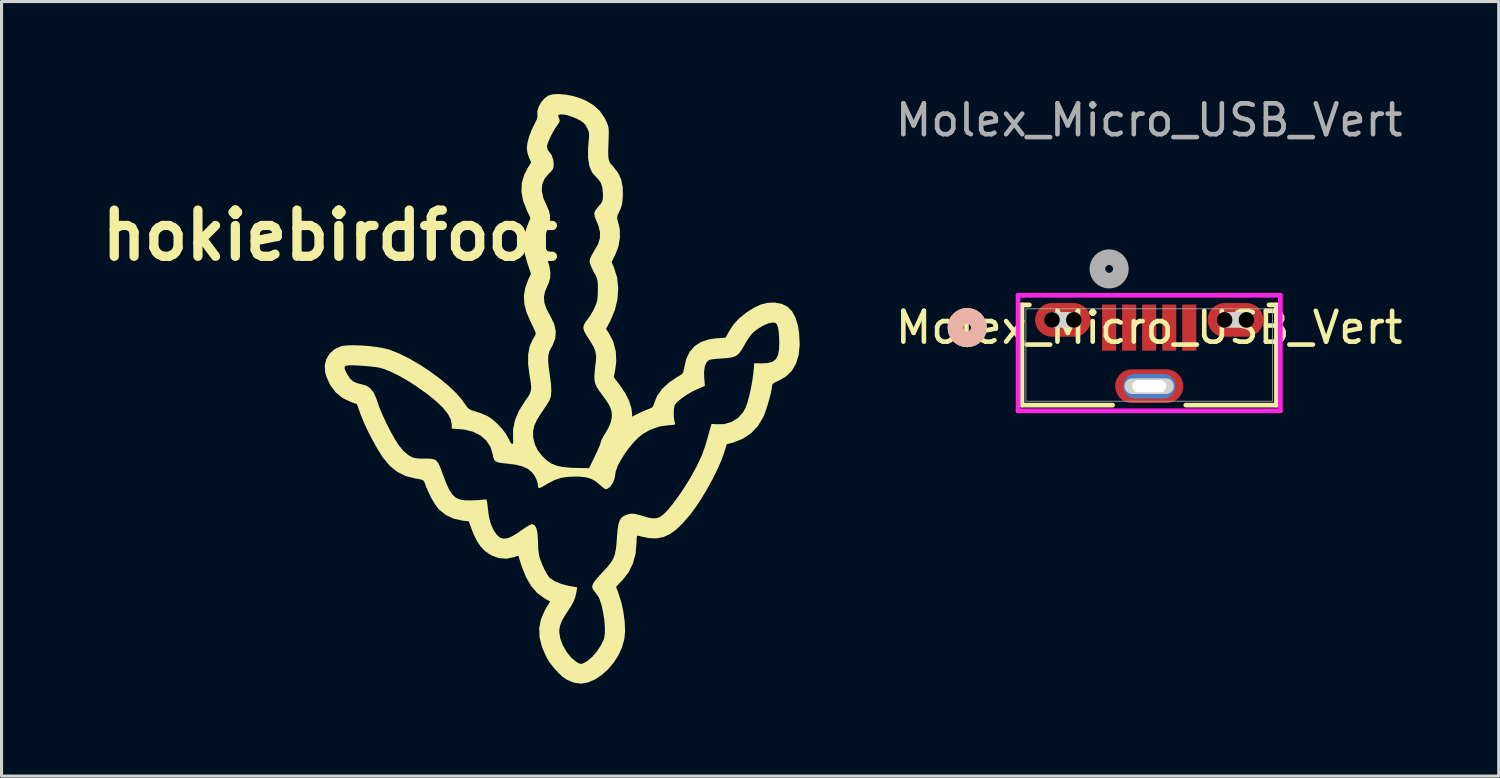
<source format=kicad_pcb>
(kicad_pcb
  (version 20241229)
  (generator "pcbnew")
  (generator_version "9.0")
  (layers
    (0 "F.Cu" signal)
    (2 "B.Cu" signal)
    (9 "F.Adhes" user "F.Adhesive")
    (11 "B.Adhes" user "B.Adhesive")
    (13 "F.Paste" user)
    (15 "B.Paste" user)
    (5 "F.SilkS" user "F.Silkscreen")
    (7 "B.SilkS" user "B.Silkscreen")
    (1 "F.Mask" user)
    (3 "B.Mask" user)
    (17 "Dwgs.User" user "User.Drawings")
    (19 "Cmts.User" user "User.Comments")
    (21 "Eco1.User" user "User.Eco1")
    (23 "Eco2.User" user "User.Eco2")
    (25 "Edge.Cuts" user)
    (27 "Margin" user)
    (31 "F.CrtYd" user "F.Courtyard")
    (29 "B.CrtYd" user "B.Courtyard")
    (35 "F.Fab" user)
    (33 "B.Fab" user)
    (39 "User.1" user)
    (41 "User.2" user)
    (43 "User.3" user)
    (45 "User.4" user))
  (footprint "Molex_Micro_USB_Vert"
    (layer "F.Cu")
    (at 34.235 8.468)
    (property "Reference" "Molex_Micro_USB_Vert" (at 0 -0.889 0) (unlocked yes) (layer "F.SilkS") (effects (font (size 1 1) (thickness 0.15))))
    (attr smd)
    (fp_line (start -4.128 -1.626) (end -4.128 1.626) (stroke (width 0.152) (type solid)) (layer "F.SilkS"))
    (fp_line (start -4.128 1.626) (end -1.187 1.626) (stroke (width 0.152) (type solid)) (layer "F.SilkS"))
    (fp_line (start -3.887 -1.626) (end -4.128 -1.626) (stroke (width 0.152) (type solid)) (layer "F.SilkS"))
    (fp_line (start 1.187 1.626) (end 4.128 1.626) (stroke (width 0.152) (type solid)) (layer "F.SilkS"))
    (fp_line (start 4.128 -1.626) (end 3.887 -1.626) (stroke (width 0.152) (type solid)) (layer "F.SilkS"))
    (fp_line (start 4.128 1.626) (end 4.128 -1.626) (stroke (width 0.152) (type solid)) (layer "F.SilkS"))
    (fp_circle (center -5.905 -0.889) (end -5.524 -0.889) (stroke (width 0.508) (type solid)) (fill no) (layer "F.SilkS"))
    (fp_circle (center -5.905 -0.889) (end -5.524 -0.889) (stroke (width 0.508) (type solid)) (fill no) (layer "B.SilkS"))
    (fp_line (start -3.156 -1.139) (end -2.444 -1.139) (stroke (width 0.508) (type solid)) (layer "Edge.Cuts"))
    (fp_line (start -0.546 1.011) (end 0.546 1.011) (stroke (width 0.508) (type solid)) (layer "Edge.Cuts"))
    (fp_line (start 2.444 -1.139) (end 3.156 -1.139) (stroke (width 0.508) (type solid)) (layer "Edge.Cuts"))
    (fp_line (start -4.255 -1.939) (end -4.255 1.811) (stroke (width 0.152) (type solid)) (layer "F.CrtYd"))
    (fp_line (start -4.255 1.811) (end 4.255 1.811) (stroke (width 0.152) (type solid)) (layer "F.CrtYd"))
    (fp_line (start 4.255 -1.939) (end -4.255 -1.939) (stroke (width 0.152) (type solid)) (layer "F.CrtYd"))
    (fp_line (start 4.255 1.811) (end 4.255 -1.939) (stroke (width 0.152) (type solid)) (layer "F.CrtYd"))
    (fp_line (start -4 -1.499) (end -4 1.499) (stroke (width 0.025) (type solid)) (layer "F.Fab"))
    (fp_line (start -4 1.499) (end 4 1.499) (stroke (width 0.025) (type solid)) (layer "F.Fab"))
    (fp_line (start 4 -1.499) (end -4 -1.499) (stroke (width 0.025) (type solid)) (layer "F.Fab"))
    (fp_line (start 4 1.499) (end 4 -1.499) (stroke (width 0.025) (type solid)) (layer "F.Fab"))
    (fp_circle (center -1.3 -2.794) (end -0.919 -2.794) (stroke (width 0.508) (type solid)) (fill no) (layer "F.Fab"))
    (fp_text user "${REFERENCE}" (at 0 -7.62 0) (unlocked yes) (layer "F.Fab") (effects (font (size 1 1) (thickness 0.15))))
    (pad "" np_thru_hole circle (at -3.156 -1.139) (size 0.508 0.508) (drill 0.508) (layers))
    (pad "" np_thru_hole circle (at -2.444 -1.139) (size 0.508 0.508) (drill 0.508) (layers))
    (pad "" np_thru_hole roundrect (at 0 1.011) (size 1.7 0.8) (drill oval 1.1 0.4) (layers "*.Cu" "*.Mask") (roundrect_rratio 0.492))
    (pad "" np_thru_hole circle (at 2.444 -1.139) (size 0.508 0.508) (drill 0.508) (layers))
    (pad "" np_thru_hole circle (at 3.156 -1.139) (size 0.508 0.508) (drill 0.508) (layers))
    (pad "1" smd rect (at -1.3 -0.889) (size 0.457 1.499) (layers "F.Cu" "F.Mask" "F.Paste"))
    (pad "2" smd rect (at -0.65 -0.889) (size 0.457 1.499) (layers "F.Cu" "F.Mask" "F.Paste"))
    (pad "3" smd rect (at 0 -0.889) (size 0.457 1.499) (layers "F.Cu" "F.Mask" "F.Paste"))
    (pad "4" smd rect (at 0.65 -0.889) (size 0.457 1.499) (layers "F.Cu" "F.Mask" "F.Paste"))
    (pad "5" smd rect (at 1.3 -0.889) (size 0.457 1.499) (layers "F.Cu" "F.Mask" "F.Paste"))
    (pad "6" smd oval (at -2.8 -1.139) (size 1.803 1.092) (layers "F.Cu" "F.Mask" "F.Paste"))
    (pad "7" smd oval (at 2.8 -1.139) (size 1.803 1.092) (layers "F.Cu" "F.Mask" "F.Paste"))
    (pad "8" smd oval (at 0 1.011) (size 2.21 1.092) (layers "F.Cu" "F.Mask" "F.Paste")))
  (footprint "hokiebirdfoot"
    (layer "F.Cu")
    (at 15.277 9.667)
    (property "Reference" "hokiebirdfoot" (at -7.62 -5.08 0) (layer "F.SilkS") (effects (font (size 1.5 1.5) (thickness 0.3))))
    (attr board_only exclude_from_pos_files exclude_from_bom)
    (fp_poly (pts (xy 0.019 -9.649) (xy 0.256 -9.603) (xy 0.491 -9.533) (xy 0.692 -9.447) (xy 0.942 -9.295) (xy 1.135 -9.116) (xy 1.285 -8.897) (xy 1.316 -8.838) (xy 1.37 -8.724) (xy 1.403 -8.634) (xy 1.42 -8.545) (xy 1.425 -8.433) (xy 1.421 -8.277) (xy 1.42 -8.233) (xy 1.411 -7.985) (xy 1.406 -7.798) (xy 1.408 -7.66) (xy 1.419 -7.56) (xy 1.44 -7.485) (xy 1.474 -7.423) (xy 1.522 -7.363) (xy 1.572 -7.309) (xy 1.729 -7.107) (xy 1.829 -6.887) (xy 1.877 -6.636) (xy 1.881 -6.377) (xy 1.869 -6.195) (xy 1.846 -6.059) (xy 1.808 -5.943) (xy 1.769 -5.861) (xy 1.714 -5.745) (xy 1.694 -5.665) (xy 1.702 -5.597) (xy 1.711 -5.57) (xy 1.78 -5.298) (xy 1.787 -5.006) (xy 1.735 -4.71) (xy 1.631 -4.443) (xy 1.516 -4.217) (xy 1.592 -4.041) (xy 1.693 -3.718) (xy 1.731 -3.372) (xy 1.707 -3.014) (xy 1.622 -2.656) (xy 1.478 -2.311) (xy 1.464 -2.286) (xy 1.336 -2.047) (xy 1.431 -1.902) (xy 1.575 -1.621) (xy 1.653 -1.31) (xy 1.667 -0.975) (xy 1.629 -0.688) (xy 1.586 -0.482) (xy 1.809 -0.186) (xy 1.966 0.052) (xy 2.085 0.292) (xy 2.158 0.519) (xy 2.18 0.695) (xy 2.18 0.8) (xy 2.389 0.696) (xy 2.524 0.632) (xy 2.656 0.576) (xy 2.73 0.549) (xy 2.82 0.509) (xy 2.87 0.449) (xy 2.902 0.353) (xy 2.995 0.123) (xy 3.155 -0.098) (xy 3.375 -0.304) (xy 3.647 -0.487) (xy 3.713 -0.524) (xy 3.798 -0.579) (xy 3.842 -0.645) (xy 3.865 -0.753) (xy 3.866 -0.76) (xy 3.933 -1.057) (xy 4.046 -1.299) (xy 4.208 -1.487) (xy 4.419 -1.623) (xy 4.683 -1.708) (xy 4.916 -1.74) (xy 5.214 -1.762) (xy 5.306 -1.932) (xy 5.462 -2.178) (xy 5.652 -2.386) (xy 5.893 -2.58) (xy 6.14 -2.736) (xy 6.361 -2.838) (xy 6.573 -2.891) (xy 6.79 -2.901) (xy 6.803 -2.9) (xy 7.033 -2.86) (xy 7.223 -2.766) (xy 7.373 -2.615) (xy 7.487 -2.406) (xy 7.565 -2.135) (xy 7.598 -1.926) (xy 7.619 -1.544) (xy 7.587 -1.209) (xy 7.502 -0.924) (xy 7.364 -0.687) (xy 7.173 -0.5) (xy 6.93 -0.363) (xy 6.93 -0.363) (xy 6.809 -0.307) (xy 6.745 -0.259) (xy 6.723 -0.208) (xy 6.722 -0.198) (xy 6.711 -0.099) (xy 6.68 0.05) (xy 6.634 0.228) (xy 6.58 0.417) (xy 6.522 0.597) (xy 6.466 0.751) (xy 6.436 0.819) (xy 6.266 1.102) (xy 6.044 1.337) (xy 5.778 1.516) (xy 5.475 1.636) (xy 5.475 1.636) (xy 5.252 1.697) (xy 5.175 1.948) (xy 5.084 2.203) (xy 4.955 2.498) (xy 4.797 2.816) (xy 4.621 3.139) (xy 4.434 3.452) (xy 4.246 3.737) (xy 4.077 3.966) (xy 3.84 4.243) (xy 3.621 4.457) (xy 3.411 4.61) (xy 3.201 4.706) (xy 2.981 4.749) (xy 2.744 4.743) (xy 2.481 4.691) (xy 2.389 4.665) (xy 2.354 4.663) (xy 2.334 4.695) (xy 2.327 4.774) (xy 2.326 4.86) (xy 2.297 5.232) (xy 2.21 5.563) (xy 2.064 5.857) (xy 1.868 6.105) (xy 1.662 6.321) (xy 1.739 6.531) (xy 1.832 6.829) (xy 1.9 7.145) (xy 1.941 7.459) (xy 1.953 7.75) (xy 1.932 7.999) (xy 1.93 8.012) (xy 1.854 8.287) (xy 1.734 8.548) (xy 1.578 8.79) (xy 1.393 9.006) (xy 1.188 9.188) (xy 0.971 9.33) (xy 0.749 9.424) (xy 0.532 9.463) (xy 0.327 9.44) (xy 0.309 9.434) (xy 0.185 9.388) (xy 0.069 9.337) (xy 0.055 9.33) (xy -0.069 9.244) (xy -0.212 9.113) (xy -0.357 8.953) (xy -0.489 8.785) (xy -0.59 8.624) (xy -0.595 8.614) (xy -0.742 8.279) (xy -0.821 7.963) (xy -0.832 7.661) (xy -0.774 7.367) (xy -0.647 7.076) (xy -0.584 6.968) (xy -0.477 6.8) (xy -0.666 6.693) (xy -0.893 6.527) (xy -1.089 6.302) (xy -1.258 6.015) (xy -1.4 5.662) (xy -1.439 5.541) (xy -1.473 5.427) (xy -1.498 5.345) (xy -1.508 5.316) (xy -1.54 5.322) (xy -1.618 5.347) (xy -1.655 5.36) (xy -1.896 5.409) (xy -2.142 5.39) (xy -2.379 5.305) (xy -2.579 5.171) (xy -2.727 5.022) (xy -2.85 4.844) (xy -2.959 4.62) (xy -3.018 4.471) (xy -3.117 4.197) (xy -3.336 4.172) (xy -3.608 4.11) (xy -3.858 3.993) (xy -4.067 3.831) (xy -4.107 3.788) (xy -4.213 3.645) (xy -4.326 3.455) (xy -4.431 3.245) (xy -4.517 3.038) (xy -4.537 2.979) (xy -4.562 2.913) (xy -4.594 2.872) (xy -4.653 2.845) (xy -4.754 2.823) (xy -4.85 2.808) (xy -5.162 2.728) (xy -5.435 2.594) (xy -5.677 2.4) (xy -5.894 2.14) (xy -5.936 2.079) (xy -6.088 1.834) (xy -6.244 1.555) (xy -6.394 1.263) (xy -6.524 0.983) (xy -6.624 0.737) (xy -6.629 0.722) (xy -6.747 0.392) (xy -6.933 0.33) (xy -7.205 0.201) (xy -7.433 0.016) (xy -7.612 -0.218) (xy -7.738 -0.498) (xy -7.777 -0.637) (xy -7.788 -0.809) (xy -7.147 -0.809) (xy -7.143 -0.747) (xy -7.103 -0.655) (xy -7.065 -0.584) (xy -6.971 -0.436) (xy -6.866 -0.341) (xy -6.727 -0.281) (xy -6.605 -0.253) (xy -6.439 -0.203) (xy -6.31 -0.116) (xy -6.206 0.017) (xy -6.12 0.207) (xy -6.08 0.325) (xy -6.008 0.528) (xy -5.905 0.771) (xy -5.781 1.034) (xy -5.647 1.296) (xy -5.511 1.537) (xy -5.401 1.712) (xy -5.237 1.916) (xy -5.07 2.053) (xy -4.98 2.105) (xy -4.9 2.137) (xy -4.81 2.154) (xy -4.686 2.161) (xy -4.552 2.162) (xy -4.399 2.163) (xy -4.287 2.174) (xy -4.204 2.204) (xy -4.139 2.262) (xy -4.082 2.359) (xy -4.021 2.505) (xy -3.947 2.706) (xy -3.845 2.973) (xy -3.749 3.177) (xy -3.652 3.325) (xy -3.543 3.426) (xy -3.414 3.487) (xy -3.256 3.515) (xy -3.058 3.519) (xy -2.981 3.516) (xy -2.824 3.508) (xy -2.692 3.498) (xy -2.603 3.489) (xy -2.581 3.485) (xy -2.551 3.492) (xy -2.53 3.54) (xy -2.513 3.64) (xy -2.503 3.743) (xy -2.468 4.024) (xy -2.412 4.252) (xy -2.331 4.446) (xy -2.304 4.495) (xy -2.207 4.637) (xy -2.104 4.726) (xy -1.989 4.761) (xy -1.853 4.743) (xy -1.689 4.671) (xy -1.488 4.545) (xy -1.376 4.465) (xy -1.255 4.382) (xy -1.148 4.32) (xy -1.074 4.289) (xy -1.063 4.288) (xy -0.983 4.322) (xy -0.924 4.425) (xy -0.887 4.595) (xy -0.872 4.831) (xy -0.872 4.878) (xy -0.863 5.125) (xy -0.833 5.32) (xy -0.804 5.419) (xy -0.732 5.605) (xy -0.652 5.78) (xy -0.571 5.925) (xy -0.5 6.023) (xy -0.485 6.037) (xy -0.329 6.14) (xy -0.122 6.227) (xy 0.115 6.288) (xy 0.144 6.294) (xy 0.4 6.338) (xy 0.379 6.466) (xy 0.339 6.649) (xy 0.28 6.807) (xy 0.188 6.97) (xy 0.13 7.058) (xy -0.002 7.259) (xy -0.093 7.42) (xy -0.148 7.556) (xy -0.176 7.682) (xy -0.182 7.784) (xy -0.152 7.99) (xy -0.07 8.211) (xy 0.051 8.426) (xy 0.201 8.614) (xy 0.367 8.754) (xy 0.382 8.763) (xy 0.465 8.809) (xy 0.532 8.823) (xy 0.603 8.802) (xy 0.703 8.742) (xy 0.748 8.712) (xy 0.89 8.591) (xy 1.032 8.426) (xy 1.157 8.241) (xy 1.249 8.061) (xy 1.275 7.985) (xy 1.297 7.827) (xy 1.297 7.622) (xy 1.278 7.389) (xy 1.241 7.15) (xy 1.191 6.925) (xy 1.129 6.734) (xy 1.1 6.668) (xy 1.035 6.562) (xy 0.954 6.462) (xy 0.954 6.461) (xy 0.903 6.393) (xy 0.885 6.324) (xy 0.903 6.245) (xy 0.962 6.145) (xy 1.067 6.017) (xy 1.221 5.849) (xy 1.234 5.836) (xy 1.383 5.674) (xy 1.492 5.537) (xy 1.569 5.406) (xy 1.622 5.265) (xy 1.655 5.096) (xy 1.678 4.884) (xy 1.69 4.706) (xy 1.71 4.467) (xy 1.739 4.29) (xy 1.78 4.164) (xy 1.838 4.078) (xy 1.914 4.023) (xy 2.04 3.969) (xy 2.154 3.947) (xy 2.281 3.957) (xy 2.444 3.998) (xy 2.496 4.015) (xy 2.692 4.072) (xy 2.838 4.099) (xy 2.953 4.098) (xy 3.052 4.069) (xy 3.086 4.053) (xy 3.203 3.968) (xy 3.348 3.82) (xy 3.518 3.611) (xy 3.712 3.345) (xy 3.82 3.186) (xy 4.067 2.794) (xy 4.275 2.416) (xy 4.44 2.063) (xy 4.556 1.744) (xy 4.567 1.708) (xy 4.615 1.54) (xy 4.662 1.373) (xy 4.7 1.239) (xy 4.706 1.216) (xy 4.758 1.033) (xy 4.91 1.048) (xy 5.175 1.041) (xy 5.414 0.97) (xy 5.619 0.841) (xy 5.782 0.658) (xy 5.852 0.534) (xy 5.914 0.371) (xy 5.975 0.154) (xy 6.032 -0.096) (xy 6.081 -0.361) (xy 6.116 -0.622) (xy 6.123 -0.693) (xy 6.145 -0.932) (xy 6.392 -0.929) (xy 6.592 -0.94) (xy 6.742 -0.983) (xy 6.847 -1.065) (xy 6.914 -1.195) (xy 6.948 -1.379) (xy 6.956 -1.617) (xy 6.95 -1.789) (xy 6.937 -1.95) (xy 6.919 -2.074) (xy 6.908 -2.117) (xy 6.871 -2.206) (xy 6.823 -2.244) (xy 6.739 -2.253) (xy 6.733 -2.253) (xy 6.609 -2.229) (xy 6.454 -2.163) (xy 6.287 -2.067) (xy 6.129 -1.949) (xy 6.114 -1.937) (xy 6.043 -1.857) (xy 5.954 -1.735) (xy 5.865 -1.593) (xy 5.839 -1.546) (xy 5.738 -1.37) (xy 5.648 -1.248) (xy 5.553 -1.17) (xy 5.433 -1.124) (xy 5.273 -1.1) (xy 5.112 -1.088) (xy 4.95 -1.077) (xy 4.811 -1.063) (xy 4.713 -1.048) (xy 4.681 -1.04) (xy 4.594 -0.961) (xy 4.538 -0.823) (xy 4.515 -0.634) (xy 4.52 -0.473) (xy 4.543 -0.195) (xy 4.341 -0.112) (xy 4.16 -0.026) (xy 3.98 0.076) (xy 3.815 0.186) (xy 3.68 0.294) (xy 3.589 0.388) (xy 3.563 0.431) (xy 3.54 0.535) (xy 3.532 0.679) (xy 3.538 0.832) (xy 3.558 0.964) (xy 3.574 1.017) (xy 3.575 1.048) (xy 3.536 1.066) (xy 3.444 1.075) (xy 3.37 1.078) (xy 3.074 1.119) (xy 2.775 1.224) (xy 2.53 1.361) (xy 2.381 1.481) (xy 2.225 1.641) (xy 2.07 1.828) (xy 1.926 2.03) (xy 1.801 2.232) (xy 1.705 2.422) (xy 1.648 2.585) (xy 1.635 2.677) (xy 1.613 2.812) (xy 1.557 2.95) (xy 1.478 3.066) (xy 1.396 3.133) (xy 1.337 3.152) (xy 1.283 3.138) (xy 1.213 3.084) (xy 1.171 3.044) (xy 1.016 2.912) (xy 0.863 2.823) (xy 0.693 2.771) (xy 0.485 2.748) (xy 0.345 2.745) (xy 0.087 2.754) (xy -0.127 2.788) (xy -0.326 2.855) (xy -0.536 2.962) (xy -0.599 2.999) (xy -0.729 3.075) (xy -0.81 3.113) (xy -0.853 3.114) (xy -0.87 3.081) (xy -0.872 3.039) (xy -0.898 2.899) (xy -0.968 2.745) (xy -1.066 2.608) (xy -1.069 2.605) (xy -1.201 2.496) (xy -1.374 2.416) (xy -1.599 2.36) (xy -1.86 2.327) (xy -2.046 2.308) (xy -2.172 2.285) (xy -2.252 2.249) (xy -2.299 2.191) (xy -2.327 2.104) (xy -2.341 2.025) (xy -2.414 1.784) (xy -2.547 1.579) (xy -2.734 1.415) (xy -2.97 1.294) (xy -3.249 1.223) (xy -3.384 1.208) (xy -3.67 1.189) (xy -3.67 1.065) (xy -3.7 0.899) (xy -3.791 0.719) (xy -3.945 0.524) (xy -4.163 0.312) (xy -4.446 0.081) (xy -4.797 -0.17) (xy -4.852 -0.207) (xy -5.131 -0.384) (xy -5.406 -0.538) (xy -5.664 -0.663) (xy -5.888 -0.751) (xy -5.988 -0.78) (xy -6.107 -0.802) (xy -6.277 -0.823) (xy -6.472 -0.842) (xy -6.659 -0.855) (xy -6.871 -0.864) (xy -7.019 -0.863) (xy -7.108 -0.846) (xy -7.147 -0.809) (xy -7.788 -0.809) (xy -7.792 -0.858) (xy -7.742 -1.063) (xy -7.634 -1.243) (xy -7.475 -1.385) (xy -7.274 -1.478) (xy -7.224 -1.491) (xy -7.063 -1.511) (xy -6.851 -1.517) (xy -6.606 -1.509) (xy -6.348 -1.489) (xy -6.096 -1.458) (xy -5.87 -1.418) (xy -5.688 -1.371) (xy -5.674 -1.366) (xy -5.365 -1.242) (xy -5.038 -1.078) (xy -4.704 -0.885) (xy -4.376 -0.669) (xy -4.064 -0.439) (xy -3.779 -0.204) (xy -3.534 0.029) (xy -3.341 0.251) (xy -3.26 0.366) (xy -3.184 0.478) (xy -3.118 0.546) (xy -3.036 0.59) (xy -2.91 0.629) (xy -2.901 0.632) (xy -2.745 0.683) (xy -2.586 0.747) (xy -2.496 0.791) (xy -2.349 0.891) (xy -2.192 1.031) (xy -2.041 1.192) (xy -1.916 1.354) (xy -1.833 1.499) (xy -1.831 1.503) (xy -1.771 1.629) (xy -1.722 1.689) (xy -1.689 1.682) (xy -1.677 1.608) (xy -1.681 1.518) (xy -1.681 1.27) (xy -1.032 1.27) (xy -1.029 1.45) (xy -1.018 1.525) (xy -0.967 1.716) (xy -0.888 1.88) (xy -0.764 2.044) (xy -0.716 2.097) (xy -0.581 2.225) (xy -0.437 2.322) (xy -0.27 2.39) (xy -0.068 2.434) (xy 0.182 2.459) (xy 0.439 2.467) (xy 0.786 2.471) (xy 0.975 2.08) (xy 1.049 1.923) (xy 1.109 1.786) (xy 1.149 1.684) (xy 1.163 1.633) (xy 1.181 1.573) (xy 1.229 1.477) (xy 1.277 1.397) (xy 1.405 1.178) (xy 1.485 0.996) (xy 1.521 0.837) (xy 1.525 0.771) (xy 1.516 0.645) (xy 1.483 0.525) (xy 1.419 0.395) (xy 1.316 0.239) (xy 1.224 0.113) (xy 1.117 -0.031) (xy 1.039 -0.149) (xy 0.989 -0.257) (xy 0.963 -0.37) (xy 0.957 -0.504) (xy 0.968 -0.675) (xy 0.993 -0.897) (xy 1.003 -0.97) (xy 1.014 -1.145) (xy 0.994 -1.298) (xy 0.938 -1.45) (xy 0.838 -1.625) (xy 0.802 -1.68) (xy 0.694 -1.849) (xy 0.626 -1.975) (xy 0.599 -2.075) (xy 0.613 -2.166) (xy 0.665 -2.263) (xy 0.756 -2.384) (xy 0.767 -2.398) (xy 0.838 -2.502) (xy 0.916 -2.639) (xy 0.968 -2.743) (xy 1.017 -2.862) (xy 1.048 -2.971) (xy 1.063 -3.094) (xy 1.069 -3.258) (xy 1.069 -3.307) (xy 1.069 -3.472) (xy 1.061 -3.588) (xy 1.04 -3.68) (xy 1.002 -3.773) (xy 0.939 -3.891) (xy 0.935 -3.898) (xy 0.869 -4.031) (xy 0.821 -4.152) (xy 0.8 -4.239) (xy 0.799 -4.245) (xy 0.82 -4.327) (xy 0.875 -4.446) (xy 0.954 -4.582) (xy 0.958 -4.587) (xy 1.076 -4.796) (xy 1.136 -4.989) (xy 1.14 -5.182) (xy 1.088 -5.393) (xy 1.02 -5.561) (xy 0.965 -5.699) (xy 0.954 -5.801) (xy 0.989 -5.893) (xy 1.075 -6.001) (xy 1.09 -6.018) (xy 1.169 -6.108) (xy 1.212 -6.181) (xy 1.231 -6.265) (xy 1.235 -6.388) (xy 1.235 -6.415) (xy 1.217 -6.633) (xy 1.158 -6.802) (xy 1.052 -6.937) (xy 1.013 -6.971) (xy 0.883 -7.12) (xy 0.796 -7.325) (xy 0.753 -7.587) (xy 0.752 -7.906) (xy 0.765 -8.062) (xy 0.78 -8.227) (xy 0.785 -8.34) (xy 0.777 -8.422) (xy 0.755 -8.495) (xy 0.718 -8.574) (xy 0.661 -8.672) (xy 0.59 -8.745) (xy 0.484 -8.814) (xy 0.4 -8.858) (xy 0.249 -8.923) (xy 0.09 -8.975) (xy -0.027 -8.999) (xy -0.149 -9.007) (xy -0.209 -8.99) (xy -0.215 -8.941) (xy -0.18 -8.864) (xy -0.165 -8.803) (xy -0.192 -8.733) (xy -0.234 -8.673) (xy -0.319 -8.547) (xy -0.406 -8.397) (xy -0.484 -8.242) (xy -0.544 -8.1) (xy -0.578 -7.992) (xy -0.581 -7.96) (xy -0.562 -7.867) (xy -0.524 -7.811) (xy -0.43 -7.689) (xy -0.375 -7.523) (xy -0.363 -7.394) (xy -0.37 -7.287) (xy -0.399 -7.211) (xy -0.466 -7.134) (xy -0.508 -7.096) (xy -0.655 -6.926) (xy -0.736 -6.736) (xy -0.75 -6.525) (xy -0.698 -6.289) (xy -0.599 -6.063) (xy -0.518 -5.881) (xy -0.48 -5.718) (xy -0.486 -5.554) (xy -0.534 -5.366) (xy -0.583 -5.233) (xy -0.65 -5.036) (xy -0.681 -4.866) (xy -0.677 -4.697) (xy -0.635 -4.508) (xy -0.579 -4.333) (xy -0.504 -4.083) (xy -0.47 -3.877) (xy -0.477 -3.698) (xy -0.526 -3.531) (xy -0.558 -3.463) (xy -0.643 -3.262) (xy -0.68 -3.08) (xy -0.666 -2.9) (xy -0.601 -2.705) (xy -0.484 -2.481) (xy -0.466 -2.452) (xy -0.345 -2.203) (xy -0.294 -1.967) (xy -0.312 -1.738) (xy -0.4 -1.508) (xy -0.458 -1.409) (xy -0.51 -1.303) (xy -0.538 -1.176) (xy -0.543 -1.014) (xy -0.526 -0.807) (xy -0.491 -0.563) (xy -0.451 -0.266) (xy -0.439 -0.031) (xy -0.456 0.148) (xy -0.495 0.262) (xy -0.54 0.341) (xy -0.616 0.459) (xy -0.709 0.599) (xy -0.764 0.68) (xy -0.904 0.901) (xy -0.992 1.093) (xy -1.032 1.27) (xy -1.681 1.27) (xy -1.681 1.211) (xy -1.617 0.91) (xy -1.488 0.606) (xy -1.291 0.293) (xy -1.277 0.273) (xy -1.188 0.148) (xy -1.13 0.044) (xy -1.1 -0.057) (xy -1.094 -0.172) (xy -1.109 -0.322) (xy -1.143 -0.524) (xy -1.144 -0.527) (xy -1.192 -0.899) (xy -1.191 -1.219) (xy -1.141 -1.487) (xy -1.043 -1.707) (xy -1.018 -1.743) (xy -0.968 -1.827) (xy -0.944 -1.891) (xy -0.944 -1.895) (xy -0.959 -1.947) (xy -1.001 -2.046) (xy -1.063 -2.178) (xy -1.109 -2.271) (xy -1.242 -2.577) (xy -1.316 -2.855) (xy -1.33 -3.119) (xy -1.286 -3.382) (xy -1.186 -3.65) (xy -1.101 -3.837) (xy -1.223 -4.199) (xy -1.311 -4.52) (xy -1.341 -4.811) (xy -1.314 -5.089) (xy -1.23 -5.367) (xy -1.22 -5.392) (xy -1.117 -5.643) (xy -1.231 -5.883) (xy -1.354 -6.2) (xy -1.409 -6.495) (xy -1.398 -6.774) (xy -1.32 -7.045) (xy -1.217 -7.247) (xy -1.094 -7.451) (xy -1.164 -7.604) (xy -1.209 -7.739) (xy -1.233 -7.882) (xy -1.235 -7.914) (xy -1.216 -8.08) (xy -1.162 -8.283) (xy -1.081 -8.498) (xy -0.981 -8.702) (xy -0.976 -8.712) (xy -0.909 -8.849) (xy -0.886 -8.948) (xy -0.89 -8.973) (xy -0.896 -9.1) (xy -0.853 -9.248) (xy -0.771 -9.396) (xy -0.662 -9.526) (xy -0.543 -9.613) (xy -0.397 -9.656) (xy -0.205 -9.667)) (stroke (width 0) (type solid)) (fill yes) (layer "F.SilkS")))
  (gr_rect
    (start -3 -3)
    (end 45.575 22.13)
    (stroke (width 0.1) (type default))
    (fill no)
    (layer "Edge.Cuts")))
</source>
